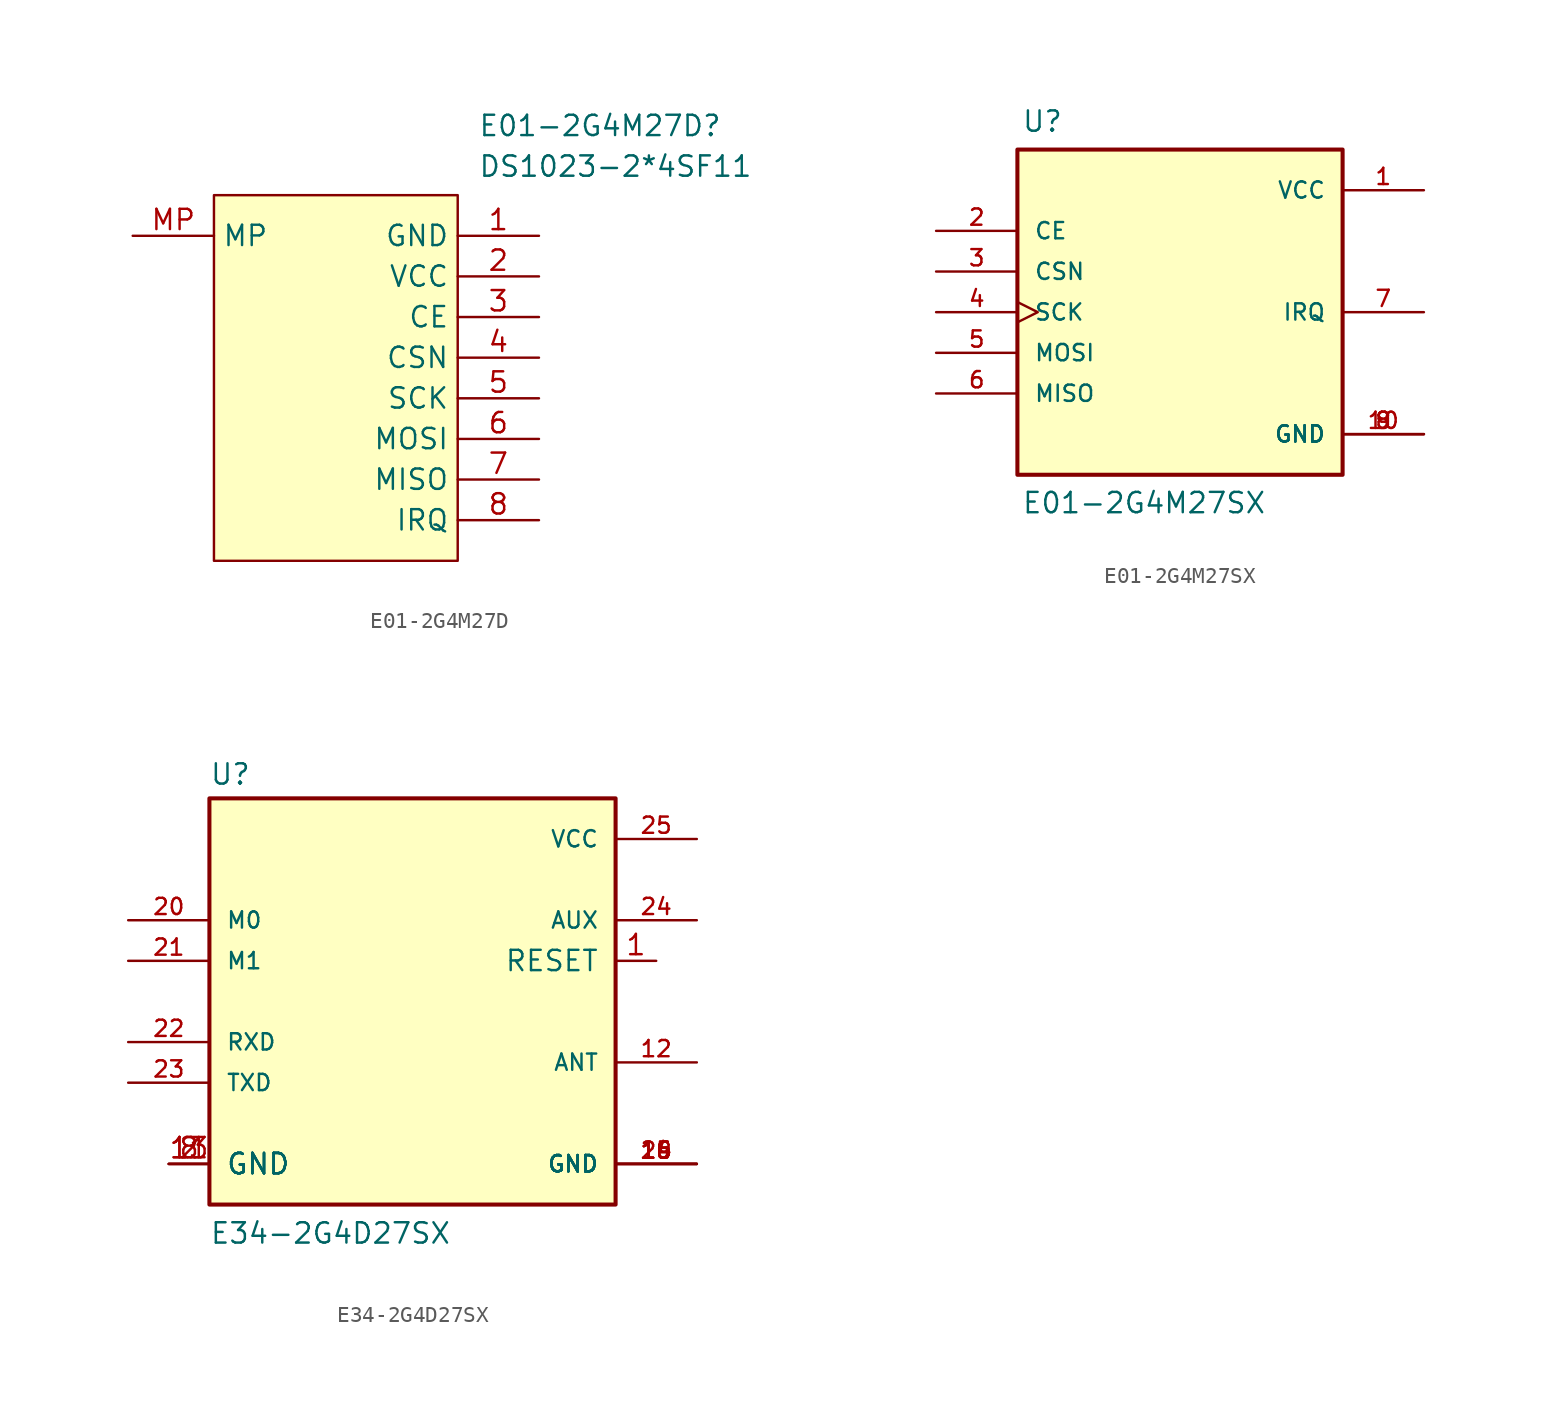
<source format=kicad_sym>
(kicad_symbol_lib
  (version 20241209)
  (generator "kicad_symbol_editor")
  (generator_version "9.0")
  (symbol "E01-2G4M27D"
    (property "Reference" "E01-2G4M27D"
      (at 21.59 7.62 0)
      (effects (font (size 1.27 1.27)) (justify left top)))
    (property "Value" "DS1023-2*4SF11"
      (at 21.59 5.08 0)
      (effects (font (size 1.27 1.27)) (justify left top)))
    (symbol "E01-2G4M27D_1_1"
      (rectangle (start 5.08 2.54) (end 20.32 -20.32) (stroke (width 0) (type solid)) (fill (type background)))
      (pin passive line (at 0 0 0) (length 5.08) (name "MP" (effects (font (size 1.27 1.27)))) (number "MP" (effects (font (size 1.27 1.27)))))
      (pin passive line (at 25.4 0 180) (length 5.08) (name "GND" (effects (font (size 1.27 1.27)))) (number "1" (effects (font (size 1.27 1.27)))))
      (pin passive line (at 25.4 -2.54 180) (length 5.08) (name "VCC" (effects (font (size 1.27 1.27)))) (number "2" (effects (font (size 1.27 1.27)))))
      (pin passive line (at 25.4 -5.08 180) (length 5.08) (name "CE" (effects (font (size 1.27 1.27)))) (number "3" (effects (font (size 1.27 1.27)))))
      (pin passive line (at 25.4 -7.62 180) (length 5.08) (name "CSN" (effects (font (size 1.27 1.27)))) (number "4" (effects (font (size 1.27 1.27)))))
      (pin passive line (at 25.4 -10.16 180) (length 5.08) (name "SCK" (effects (font (size 1.27 1.27)))) (number "5" (effects (font (size 1.27 1.27)))))
      (pin passive line (at 25.4 -12.7 180) (length 5.08) (name "MOSI" (effects (font (size 1.27 1.27)))) (number "6" (effects (font (size 1.27 1.27)))))
      (pin passive line (at 25.4 -15.24 180) (length 5.08) (name "MISO" (effects (font (size 1.27 1.27)))) (number "7" (effects (font (size 1.27 1.27)))))
      (pin passive line (at 25.4 -17.78 180) (length 5.08) (name "IRQ" (effects (font (size 1.27 1.27)))) (number "8" (effects (font (size 1.27 1.27)))))))
  (symbol "E01-2G4M27SX"
    (pin_names
      (offset 1.016))
    (property "Reference" "U"
      (at -9.906 11.176 0)
      (effects (font (size 1.27 1.27)) (justify left bottom)))
    (property "Value" "E01-2G4M27SX"
      (at -9.906 -11.176 0)
      (effects (font (size 1.27 1.27)) (justify left top)))
    (symbol "E01-2G4M27SX_0_0"
      (rectangle (start -10.16 -10.16) (end 10.16 10.16) (stroke (width 0.254) (type default)) (fill (type background)))
      (pin input line (at -15.24 5.08 0) (length 5.08) (name "CE" (effects (font (size 1.016 1.016)))) (number "2" (effects (font (size 1.016 1.016)))))
      (pin input line (at -15.24 2.54 0) (length 5.08) (name "CSN" (effects (font (size 1.016 1.016)))) (number "3" (effects (font (size 1.016 1.016)))))
      (pin input clock (at -15.24 0 0) (length 5.08) (name "SCK" (effects (font (size 1.016 1.016)))) (number "4" (effects (font (size 1.016 1.016)))))
      (pin input line (at -15.24 -2.54 0) (length 5.08) (name "MOSI" (effects (font (size 1.016 1.016)))) (number "5" (effects (font (size 1.016 1.016)))))
      (pin output line (at -15.24 -5.08 0) (length 5.08) (name "MISO" (effects (font (size 1.016 1.016)))) (number "6" (effects (font (size 1.016 1.016)))))
      (pin power_in line (at 15.24 7.62 180) (length 5.08) (name "VCC" (effects (font (size 1.016 1.016)))) (number "1" (effects (font (size 1.016 1.016)))))
      (pin output line (at 15.24 0 180) (length 5.08) (name "IRQ" (effects (font (size 1.016 1.016)))) (number "7" (effects (font (size 1.016 1.016)))))
      (pin power_in line (at 15.24 -7.62 180) (length 5.08) (name "GND" (effects (font (size 1.016 1.016)))) (number "10" (effects (font (size 1.016 1.016)))))
      (pin power_in line (at 15.24 -7.62 180) (length 5.08) (name "GND" (effects (font (size 1.016 1.016)))) (number "8" (effects (font (size 1.016 1.016)))))
      (pin power_in line (at 15.24 -7.62 180) (length 5.08) (name "GND" (effects (font (size 1.016 1.016)))) (number "9" (effects (font (size 1.016 1.016)))))))
  (symbol "E34-2G4D27SX"
    (pin_names
      (offset 1.016))
    (property "Reference" "U"
      (at -12.7 13.462 0)
      (effects (font (size 1.27 1.27)) (justify left bottom)))
    (property "Value" "E34-2G4D27SX"
      (at -12.7 -15.24 0)
      (effects (font (size 1.27 1.27)) (justify left bottom)))
    (symbol "E34-2G4D27SX_0_0"
      (rectangle (start -12.7 12.7) (end 12.7 -12.7) (stroke (width 0.254) (type default)) (fill (type background)))
      (pin input line (at -17.78 5.08 0) (length 5.08) (name "M0" (effects (font (size 1.016 1.016)))) (number "20" (effects (font (size 1.016 1.016)))))
      (pin input line (at -17.78 2.54 0) (length 5.08) (name "M1" (effects (font (size 1.016 1.016)))) (number "21" (effects (font (size 1.016 1.016)))))
      (pin input line (at -17.78 -2.54 0) (length 5.08) (name "RXD" (effects (font (size 1.016 1.016)))) (number "22" (effects (font (size 1.016 1.016)))))
      (pin output line (at -17.78 -5.08 0) (length 5.08) (name "TXD" (effects (font (size 1.016 1.016)))) (number "23" (effects (font (size 1.016 1.016)))))
      (pin power_in line (at -15.24 -10.16 0) (length 2.54) (name "GND" (effects (font (size 1.27 1.27)))) (number "11" (effects (font (size 1.27 1.27)))))
      (pin power_in line (at -15.24 -10.16 0) (length 2.54) (name "GND" (effects (font (size 1.27 1.27)))) (number "13" (effects (font (size 1.27 1.27)))))
      (pin power_in line (at -15.24 -10.16 0) (length 2.54) (name "GND" (effects (font (size 1.27 1.27)))) (number "2" (effects (font (size 1.27 1.27)))))
      (pin power_in line (at -15.24 -10.16 0) (length 2.54) (name "GND" (effects (font (size 1.27 1.27)))) (number "8" (effects (font (size 1.27 1.27)))))
      (pin power_in line (at 15.24 2.54 180) (length 2.54) (name "RESET" (effects (font (size 1.27 1.27)))) (number "1" (effects (font (size 1.27 1.27)))))
      (pin power_in line (at 17.78 10.16 180) (length 5.08) (name "VCC" (effects (font (size 1.016 1.016)))) (number "25" (effects (font (size 1.016 1.016)))))
      (pin output line (at 17.78 5.08 180) (length 5.08) (name "AUX" (effects (font (size 1.016 1.016)))) (number "24" (effects (font (size 1.016 1.016)))))
      (pin output line (at 17.78 -3.81 180) (length 5.08) (name "ANT" (effects (font (size 1.016 1.016)))) (number "12" (effects (font (size 1.016 1.016)))))
      (pin power_in line (at 17.78 -10.16 180) (length 5.08) (name "GND" (effects (font (size 1.016 1.016)))) (number "14" (effects (font (size 1.016 1.016)))))
      (pin power_in line (at 17.78 -10.16 180) (length 5.08) (name "GND" (effects (font (size 1.016 1.016)))) (number "15" (effects (font (size 1.016 1.016)))))
      (pin power_in line (at 17.78 -10.16 180) (length 5.08) (name "GND" (effects (font (size 1.016 1.016)))) (number "16" (effects (font (size 1.016 1.016)))))
      (pin power_in line (at 17.78 -10.16 180) (length 5.08) (name "GND" (effects (font (size 1.016 1.016)))) (number "19" (effects (font (size 1.016 1.016)))))
      (pin power_in line (at 17.78 -10.16 180) (length 5.08) (name "GND" (effects (font (size 1.016 1.016)))) (number "26" (effects (font (size 1.016 1.016))))))))
</source>
